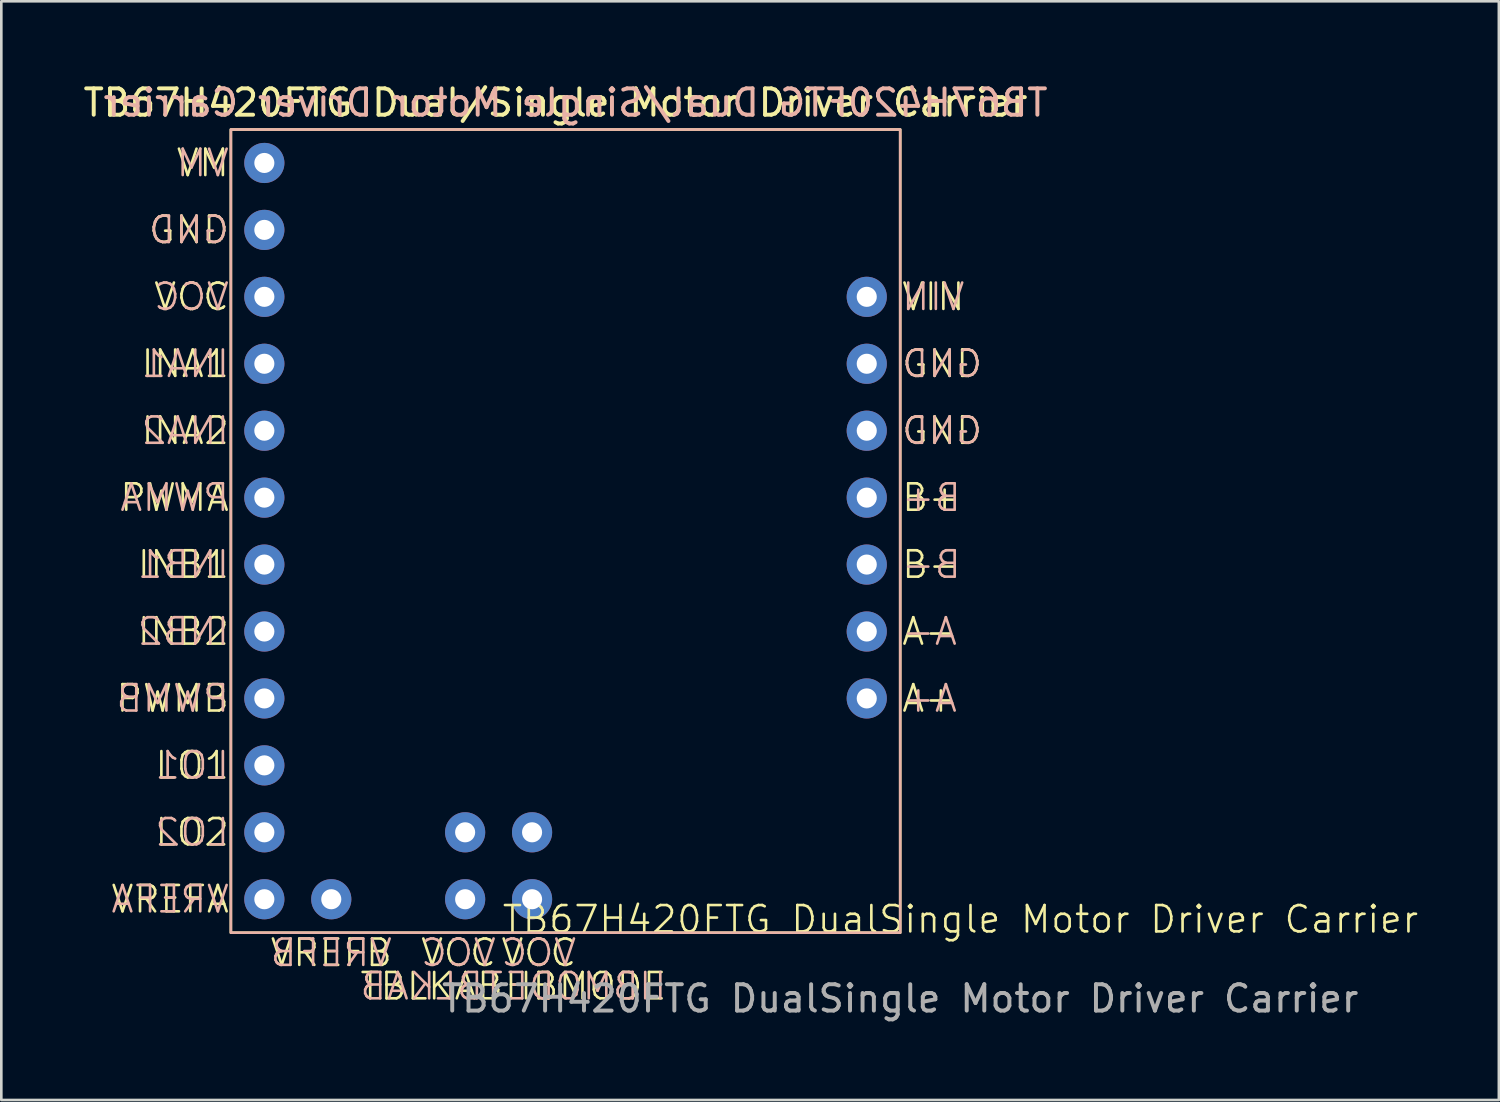
<source format=kicad_pcb>
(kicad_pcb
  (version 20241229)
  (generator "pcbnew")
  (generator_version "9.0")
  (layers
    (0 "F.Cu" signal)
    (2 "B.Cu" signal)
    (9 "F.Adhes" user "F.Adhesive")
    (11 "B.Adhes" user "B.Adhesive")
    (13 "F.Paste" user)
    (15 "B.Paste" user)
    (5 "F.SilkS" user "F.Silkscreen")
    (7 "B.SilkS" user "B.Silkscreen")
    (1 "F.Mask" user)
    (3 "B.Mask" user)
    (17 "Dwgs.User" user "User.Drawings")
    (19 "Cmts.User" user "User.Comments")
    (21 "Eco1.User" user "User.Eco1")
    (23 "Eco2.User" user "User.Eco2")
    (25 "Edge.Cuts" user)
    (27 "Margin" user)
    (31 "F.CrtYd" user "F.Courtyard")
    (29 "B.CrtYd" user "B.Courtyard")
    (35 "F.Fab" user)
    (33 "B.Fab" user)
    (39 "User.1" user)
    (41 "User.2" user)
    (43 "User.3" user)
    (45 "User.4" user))
  (footprint "TB67H420FTG DualSingle Motor Driver Carrier"
    (layer "F.Cu")
    (at 18.411 17.104)
    (property "Reference" "TB67H420FTG DualSingle Motor Driver Carrier" (at 14.986 14.732 0) (unlocked yes) (layer "F.SilkS") (effects (font (size 1 1) (thickness 0.1))))
    (attr through_hole)
    (fp_rect (start -12.7 -15.24) (end 12.7 15.24) (stroke (width 0.1) (type default)) (fill no) (layer "F.SilkS"))
    (fp_rect (start -12.7 -15.24) (end 12.7 15.24) (stroke (width 0.1) (type default)) (fill no) (layer "B.SilkS"))
    (fp_text user "LO1" (at -12.7 8.89 0) (unlocked yes) (layer "F.SilkS") (effects (font (size 1 1) (thickness 0.1)) (justify right)))
    (fp_text user "A-" (at 12.7 3.81 0) (unlocked yes) (layer "F.SilkS") (effects (font (size 1 1) (thickness 0.1)) (justify left)))
    (fp_text user "PWMA" (at -12.7 -1.27 0) (unlocked yes) (layer "F.SilkS") (effects (font (size 1 1) (thickness 0.1)) (justify right)))
    (fp_text user "VCC" (at -12.7 -8.89 0) (unlocked yes) (layer "F.SilkS") (effects (font (size 1 1) (thickness 0.1)) (justify right)))
    (fp_text user "VIN" (at 12.7 -8.89 0) (unlocked yes) (layer "F.SilkS") (effects (font (size 1 1) (thickness 0.1)) (justify left)))
    (fp_text user "INB2" (at -12.7 3.81 0) (unlocked yes) (layer "F.SilkS") (effects (font (size 1 1) (thickness 0.1)) (justify right)))
    (fp_text user "VM" (at -12.7 -13.97 0) (unlocked yes) (layer "F.SilkS") (effects (font (size 1 1) (thickness 0.1)) (justify right)))
    (fp_text user "TB67H420FTG Dual/Single Motor Driver Carrier " (at 0 -16.256 0) (unlocked yes) (layer "F.SilkS") (effects (font (size 1 1) (thickness 0.15))))
    (fp_text user "GND" (at -12.7 -11.43 0) (unlocked yes) (layer "F.SilkS") (effects (font (size 1 1) (thickness 0.1)) (justify right)))
    (fp_text user "GND" (at 12.7 -6.35 0) (unlocked yes) (layer "F.SilkS") (effects (font (size 1 1) (thickness 0.1)) (justify left)))
    (fp_text user "INA1" (at -12.7 -6.35 0) (unlocked yes) (layer "F.SilkS") (effects (font (size 1 1) (thickness 0.1)) (justify right)))
    (fp_text user "VCC" (at -1.016 16.002 0) (unlocked yes) (layer "F.SilkS") (effects (font (size 1 1) (thickness 0.1))))
    (fp_text user "VCC" (at -4.064 16.002 0) (unlocked yes) (layer "F.SilkS") (effects (font (size 1 1) (thickness 0.1))))
    (fp_text user "B+" (at 12.7 -1.27 0) (unlocked yes) (layer "F.SilkS") (effects (font (size 1 1) (thickness 0.1)) (justify left)))
    (fp_text user "VREFA" (at -12.7 13.97 0) (unlocked yes) (layer "F.SilkS") (effects (font (size 1 1) (thickness 0.1)) (justify right)))
    (fp_text user "INB1" (at -12.7 1.27 0) (unlocked yes) (layer "F.SilkS") (effects (font (size 1 1) (thickness 0.1)) (justify right)))
    (fp_text user "LO2" (at -12.7 11.43 0) (unlocked yes) (layer "F.SilkS") (effects (font (size 1 1) (thickness 0.1)) (justify right)))
    (fp_text user "HBMODE" (at 0.762 17.272 0) (unlocked yes) (layer "F.SilkS") (effects (font (size 1 1) (thickness 0.1))))
    (fp_text user "B-" (at 12.7 1.27 0) (unlocked yes) (layer "F.SilkS") (effects (font (size 1 1) (thickness 0.1)) (justify left)))
    (fp_text user "A+" (at 12.7 6.35 0) (unlocked yes) (layer "F.SilkS") (effects (font (size 1 1) (thickness 0.1)) (justify left)))
    (fp_text user "VREFB" (at -8.89 16.002 0) (unlocked yes) (layer "F.SilkS") (effects (font (size 1 1) (thickness 0.1))))
    (fp_text user "INA2" (at -12.7 -3.81 0) (unlocked yes) (layer "F.SilkS") (effects (font (size 1 1) (thickness 0.1)) (justify right)))
    (fp_text user "PWMB" (at -12.7 6.35 0) (unlocked yes) (layer "F.SilkS") (effects (font (size 1 1) (thickness 0.1)) (justify right)))
    (fp_text user "TBLKAB" (at -5.08 17.272 0) (unlocked yes) (layer "F.SilkS") (effects (font (size 1 1) (thickness 0.1))))
    (fp_text user "GND" (at 12.7 -3.81 0) (unlocked yes) (layer "F.SilkS") (effects (font (size 1 1) (thickness 0.1)) (justify left)))
    (fp_text user "PWMB" (at -12.7 6.35 0) (unlocked yes) (layer "B.SilkS") (effects (font (size 1 1) (thickness 0.1)) (justify left mirror)))
    (fp_text user "B-" (at 12.7 1.27 0) (unlocked yes) (layer "B.SilkS") (effects (font (size 1 1) (thickness 0.1)) (justify right mirror)))
    (fp_text user "VCC" (at -4.064 16.002 0) (unlocked yes) (layer "B.SilkS") (effects (font (size 1 1) (thickness 0.1)) (justify mirror)))
    (fp_text user "LO2" (at -12.7 11.43 0) (unlocked yes) (layer "B.SilkS") (effects (font (size 1 1) (thickness 0.1)) (justify left mirror)))
    (fp_text user "VM" (at -12.7 -13.97 0) (unlocked yes) (layer "B.SilkS") (effects (font (size 1 1) (thickness 0.1)) (justify left mirror)))
    (fp_text user "VCC" (at -12.7 -8.89 0) (unlocked yes) (layer "B.SilkS") (effects (font (size 1 1) (thickness 0.1)) (justify left mirror)))
    (fp_text user "GND" (at 12.7 -6.35 0) (unlocked yes) (layer "B.SilkS") (effects (font (size 1 1) (thickness 0.1)) (justify right mirror)))
    (fp_text user "VIN" (at 12.7 -8.89 0) (unlocked yes) (layer "B.SilkS") (effects (font (size 1 1) (thickness 0.1)) (justify right mirror)))
    (fp_text user "A+" (at 12.7 6.35 0) (unlocked yes) (layer "B.SilkS") (effects (font (size 1 1) (thickness 0.1)) (justify right mirror)))
    (fp_text user "TB67H420FTG Dual/Single Motor Driver Carrier " (at 0 -16.256 0) (unlocked yes) (layer "B.SilkS") (effects (font (size 1 1) (thickness 0.15)) (justify mirror)))
    (fp_text user "VCC" (at -1.016 16.002 0) (unlocked yes) (layer "B.SilkS") (effects (font (size 1 1) (thickness 0.1)) (justify mirror)))
    (fp_text user "INA1" (at -12.7 -6.35 0) (unlocked yes) (layer "B.SilkS") (effects (font (size 1 1) (thickness 0.1)) (justify left mirror)))
    (fp_text user "B+" (at 12.7 -1.27 0) (unlocked yes) (layer "B.SilkS") (effects (font (size 1 1) (thickness 0.1)) (justify right mirror)))
    (fp_text user "VREFB" (at -8.89 16.002 0) (unlocked yes) (layer "B.SilkS") (effects (font (size 1 1) (thickness 0.1)) (justify mirror)))
    (fp_text user "INB2" (at -12.7 3.81 0) (unlocked yes) (layer "B.SilkS") (effects (font (size 1 1) (thickness 0.1)) (justify left mirror)))
    (fp_text user "GND" (at 12.7 -3.81 0) (unlocked yes) (layer "B.SilkS") (effects (font (size 1 1) (thickness 0.1)) (justify right mirror)))
    (fp_text user "HBMODE" (at 0.762 17.272 0) (unlocked yes) (layer "B.SilkS") (effects (font (size 1 1) (thickness 0.1)) (justify mirror)))
    (fp_text user "INB1" (at -12.7 1.27 0) (unlocked yes) (layer "B.SilkS") (effects (font (size 1 1) (thickness 0.1)) (justify left mirror)))
    (fp_text user "INA2" (at -12.7 -3.81 0) (unlocked yes) (layer "B.SilkS") (effects (font (size 1 1) (thickness 0.1)) (justify left mirror)))
    (fp_text user "VREFA" (at -12.7 13.97 0) (unlocked yes) (layer "B.SilkS") (effects (font (size 1 1) (thickness 0.1)) (justify left mirror)))
    (fp_text user "GND" (at -12.7 -11.43 0) (unlocked yes) (layer "B.SilkS") (effects (font (size 1 1) (thickness 0.1)) (justify left mirror)))
    (fp_text user "LO1" (at -12.7 8.89 0) (unlocked yes) (layer "B.SilkS") (effects (font (size 1 1) (thickness 0.1)) (justify left mirror)))
    (fp_text user "A-" (at 12.7 3.81 0) (unlocked yes) (layer "B.SilkS") (effects (font (size 1 1) (thickness 0.1)) (justify right mirror)))
    (fp_text user "PWMA" (at -12.7 -1.27 0) (unlocked yes) (layer "B.SilkS") (effects (font (size 1 1) (thickness 0.1)) (justify left mirror)))
    (fp_text user "TBLKAB" (at -5.08 17.272 0) (unlocked yes) (layer "B.SilkS") (effects (font (size 1 1) (thickness 0.1)) (justify mirror)))
    (fp_text user "${REFERENCE}" (at 12.7 17.74 0) (unlocked yes) (layer "F.Fab") (effects (font (size 1 1) (thickness 0.15))))
    (pad "1" thru_hole circle (at -11.43 -13.97) (size 1.524 1.524) (drill 0.762) (layers "*.Cu" "*.Mask"))
    (pad "2" thru_hole circle (at -11.43 -11.43) (size 1.524 1.524) (drill 0.762) (layers "*.Cu" "*.Mask"))
    (pad "3" thru_hole circle (at -11.43 -8.89) (size 1.524 1.524) (drill 0.762) (layers "*.Cu" "*.Mask"))
    (pad "4" thru_hole circle (at -11.43 -6.35) (size 1.524 1.524) (drill 0.762) (layers "*.Cu" "*.Mask"))
    (pad "5" thru_hole circle (at -11.43 -3.81) (size 1.524 1.524) (drill 0.762) (layers "*.Cu" "*.Mask"))
    (pad "6" thru_hole circle (at -11.43 -1.27) (size 1.524 1.524) (drill 0.762) (layers "*.Cu" "*.Mask"))
    (pad "7" thru_hole circle (at -11.43 1.27) (size 1.524 1.524) (drill 0.762) (layers "*.Cu" "*.Mask"))
    (pad "8" thru_hole circle (at -11.43 3.81) (size 1.524 1.524) (drill 0.762) (layers "*.Cu" "*.Mask"))
    (pad "9" thru_hole circle (at -11.43 6.35) (size 1.524 1.524) (drill 0.762) (layers "*.Cu" "*.Mask"))
    (pad "10" thru_hole circle (at -11.43 8.89) (size 1.524 1.524) (drill 0.762) (layers "*.Cu" "*.Mask"))
    (pad "11" thru_hole circle (at -11.43 11.43) (size 1.524 1.524) (drill 0.762) (layers "*.Cu" "*.Mask"))
    (pad "12" thru_hole circle (at -11.43 13.97) (size 1.524 1.524) (drill 0.762) (layers "*.Cu" "*.Mask"))
    (pad "13" thru_hole circle (at -8.89 13.97) (size 1.524 1.524) (drill 0.762) (layers "*.Cu" "*.Mask"))
    (pad "14" thru_hole circle (at 11.43 -8.89) (size 1.524 1.524) (drill 0.762) (layers "*.Cu" "*.Mask"))
    (pad "15" thru_hole circle (at 11.43 -6.35) (size 1.524 1.524) (drill 0.762) (layers "*.Cu" "*.Mask"))
    (pad "15" thru_hole circle (at 11.43 -3.81) (size 1.524 1.524) (drill 0.762) (layers "*.Cu" "*.Mask"))
    (pad "16" thru_hole circle (at 11.43 -1.27) (size 1.524 1.524) (drill 0.762) (layers "*.Cu" "*.Mask"))
    (pad "17" thru_hole circle (at 11.43 1.27) (size 1.524 1.524) (drill 0.762) (layers "*.Cu" "*.Mask"))
    (pad "18" thru_hole circle (at 11.43 3.81) (size 1.524 1.524) (drill 0.762) (layers "*.Cu" "*.Mask"))
    (pad "19" thru_hole circle (at 11.43 6.35) (size 1.524 1.524) (drill 0.762) (layers "*.Cu" "*.Mask"))
    (pad "20" thru_hole circle (at -3.81 11.43) (size 1.524 1.524) (drill 0.762) (layers "*.Cu" "*.Mask"))
    (pad "21" thru_hole circle (at -1.27 11.43) (size 1.524 1.524) (drill 0.762) (layers "*.Cu" "*.Mask"))
    (pad "22" thru_hole circle (at -3.81 13.97) (size 1.524 1.524) (drill 0.762) (layers "*.Cu" "*.Mask"))
    (pad "23" thru_hole circle (at -1.27 13.97) (size 1.524 1.524) (drill 0.762) (layers "*.Cu" "*.Mask")))
  (gr_rect
    (start -3 -3)
    (end 53.828 38.693)
    (stroke (width 0.1) (type default))
    (fill no)
    (layer "Edge.Cuts")))
</source>
